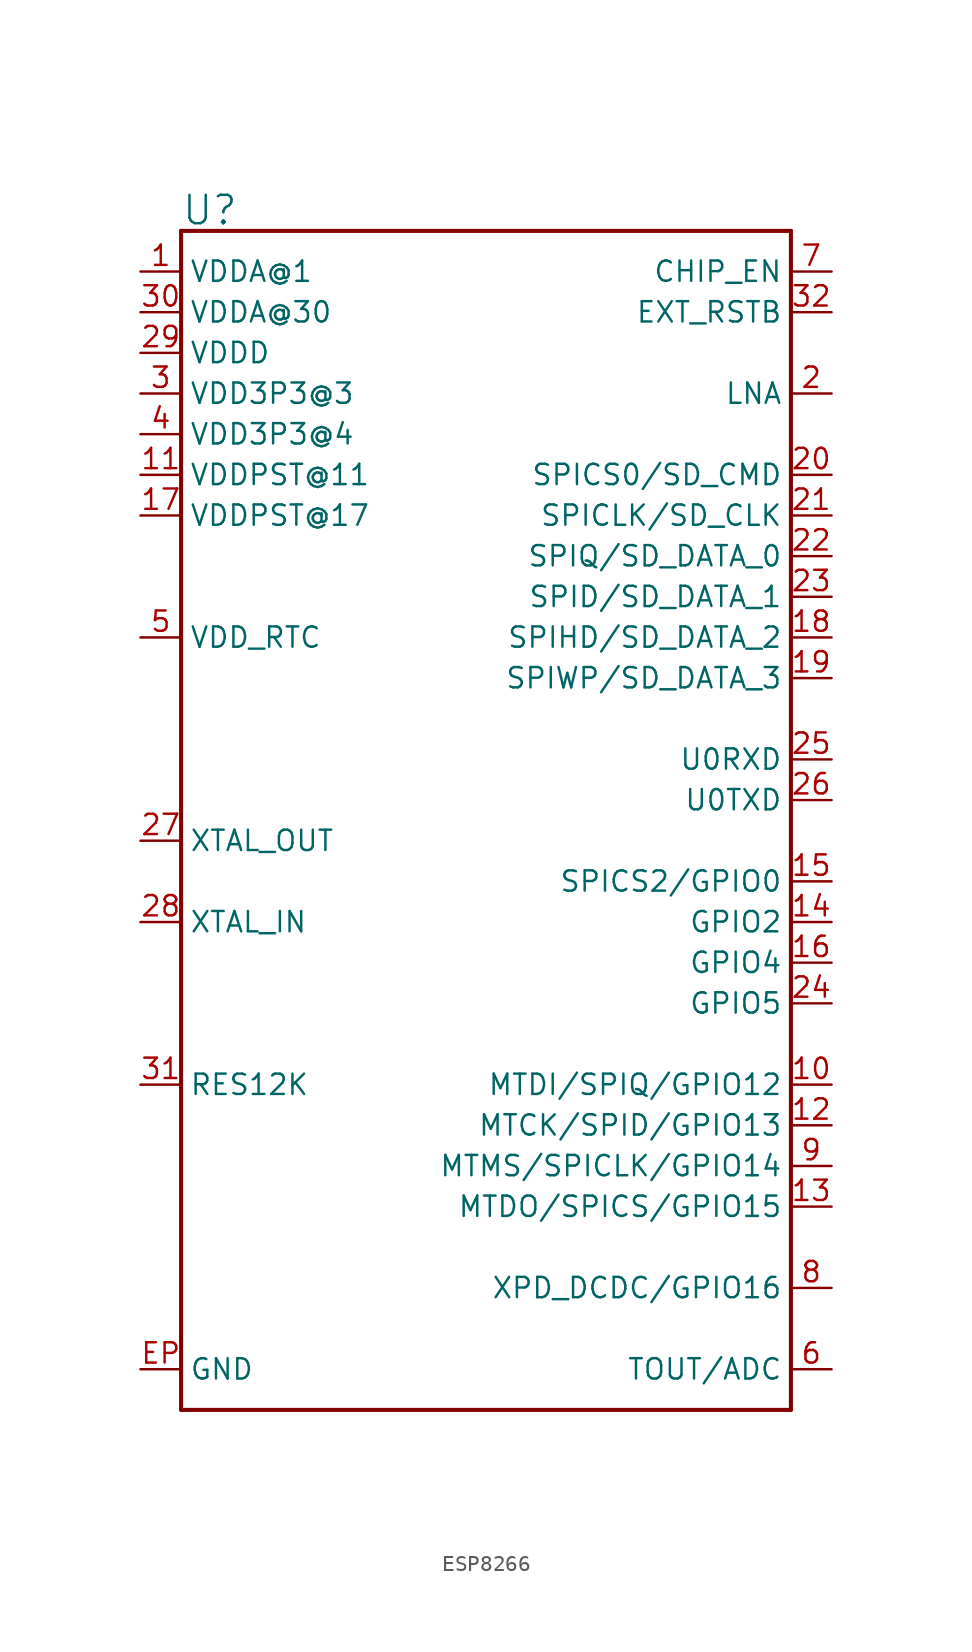
<source format=kicad_sym>
(kicad_symbol_lib
  (version 20231120)
  (generator "kicad_symbol_editor")
  (generator_version "8.0")
  (symbol "ESP8266"
    (property "Reference" "U"
      (at -20.32 38.354 0)
      (effects (font (size 1.778 1.778)) (justify left bottom)))
    (property "Value" ""
      (at -20.32 -35.814 0)
      (effects (font (size 1.778 1.778)) (justify left top)))
    (property "ki_locked" ""
      (at 0 0 0)
      (effects (font (size 1.27 1.27))))
    (symbol "ESP8266_1_0"
      (polyline (pts (xy -20.32 -35.56) (xy -20.32 38.1)) (stroke (width 0.254) (type solid)) (fill (type none)))
      (polyline (pts (xy -20.32 38.1) (xy 17.78 38.1)) (stroke (width 0.254) (type solid)) (fill (type none)))
      (polyline (pts (xy 17.78 -35.56) (xy -20.32 -35.56)) (stroke (width 0.254) (type solid)) (fill (type none)))
      (polyline (pts (xy 17.78 38.1) (xy 17.78 -35.56)) (stroke (width 0.254) (type solid)) (fill (type none)))
      (pin bidirectional line (at -22.86 35.56 0) (length 2.54) (name "VDDA@1" (effects (font (size 1.27 1.27)))) (number "1" (effects (font (size 1.27 1.27)))))
      (pin bidirectional line (at 20.32 -15.24 180) (length 2.54) (name "MTDI/SPIQ/GPIO12" (effects (font (size 1.27 1.27)))) (number "10" (effects (font (size 1.27 1.27)))))
      (pin bidirectional line (at -22.86 22.86 0) (length 2.54) (name "VDDPST@11" (effects (font (size 1.27 1.27)))) (number "11" (effects (font (size 1.27 1.27)))))
      (pin bidirectional line (at 20.32 -17.78 180) (length 2.54) (name "MTCK/SPID/GPIO13" (effects (font (size 1.27 1.27)))) (number "12" (effects (font (size 1.27 1.27)))))
      (pin bidirectional line (at 20.32 -22.86 180) (length 2.54) (name "MTDO/SPICS/GPIO15" (effects (font (size 1.27 1.27)))) (number "13" (effects (font (size 1.27 1.27)))))
      (pin bidirectional line (at 20.32 -5.08 180) (length 2.54) (name "GPIO2" (effects (font (size 1.27 1.27)))) (number "14" (effects (font (size 1.27 1.27)))))
      (pin bidirectional line (at 20.32 -2.54 180) (length 2.54) (name "SPICS2/GPIO0" (effects (font (size 1.27 1.27)))) (number "15" (effects (font (size 1.27 1.27)))))
      (pin bidirectional line (at 20.32 -7.62 180) (length 2.54) (name "GPIO4" (effects (font (size 1.27 1.27)))) (number "16" (effects (font (size 1.27 1.27)))))
      (pin bidirectional line (at -22.86 20.32 0) (length 2.54) (name "VDDPST@17" (effects (font (size 1.27 1.27)))) (number "17" (effects (font (size 1.27 1.27)))))
      (pin bidirectional line (at 20.32 12.7 180) (length 2.54) (name "SPIHD/SD_DATA_2" (effects (font (size 1.27 1.27)))) (number "18" (effects (font (size 1.27 1.27)))))
      (pin bidirectional line (at 20.32 10.16 180) (length 2.54) (name "SPIWP/SD_DATA_3" (effects (font (size 1.27 1.27)))) (number "19" (effects (font (size 1.27 1.27)))))
      (pin bidirectional line (at 20.32 27.94 180) (length 2.54) (name "LNA" (effects (font (size 1.27 1.27)))) (number "2" (effects (font (size 1.27 1.27)))))
      (pin bidirectional line (at 20.32 22.86 180) (length 2.54) (name "SPICS0/SD_CMD" (effects (font (size 1.27 1.27)))) (number "20" (effects (font (size 1.27 1.27)))))
      (pin bidirectional line (at 20.32 20.32 180) (length 2.54) (name "SPICLK/SD_CLK" (effects (font (size 1.27 1.27)))) (number "21" (effects (font (size 1.27 1.27)))))
      (pin bidirectional line (at 20.32 17.78 180) (length 2.54) (name "SPIQ/SD_DATA_0" (effects (font (size 1.27 1.27)))) (number "22" (effects (font (size 1.27 1.27)))))
      (pin bidirectional line (at 20.32 15.24 180) (length 2.54) (name "SPID/SD_DATA_1" (effects (font (size 1.27 1.27)))) (number "23" (effects (font (size 1.27 1.27)))))
      (pin bidirectional line (at 20.32 -10.16 180) (length 2.54) (name "GPIO5" (effects (font (size 1.27 1.27)))) (number "24" (effects (font (size 1.27 1.27)))))
      (pin bidirectional line (at 20.32 5.08 180) (length 2.54) (name "U0RXD" (effects (font (size 1.27 1.27)))) (number "25" (effects (font (size 1.27 1.27)))))
      (pin bidirectional line (at 20.32 2.54 180) (length 2.54) (name "U0TXD" (effects (font (size 1.27 1.27)))) (number "26" (effects (font (size 1.27 1.27)))))
      (pin bidirectional line (at -22.86 0 0) (length 2.54) (name "XTAL_OUT" (effects (font (size 1.27 1.27)))) (number "27" (effects (font (size 1.27 1.27)))))
      (pin bidirectional line (at -22.86 -5.08 0) (length 2.54) (name "XTAL_IN" (effects (font (size 1.27 1.27)))) (number "28" (effects (font (size 1.27 1.27)))))
      (pin bidirectional line (at -22.86 30.48 0) (length 2.54) (name "VDDD" (effects (font (size 1.27 1.27)))) (number "29" (effects (font (size 1.27 1.27)))))
      (pin bidirectional line (at -22.86 27.94 0) (length 2.54) (name "VDD3P3@3" (effects (font (size 1.27 1.27)))) (number "3" (effects (font (size 1.27 1.27)))))
      (pin bidirectional line (at -22.86 33.02 0) (length 2.54) (name "VDDA@30" (effects (font (size 1.27 1.27)))) (number "30" (effects (font (size 1.27 1.27)))))
      (pin bidirectional line (at -22.86 -15.24 0) (length 2.54) (name "RES12K" (effects (font (size 1.27 1.27)))) (number "31" (effects (font (size 1.27 1.27)))))
      (pin bidirectional line (at 20.32 33.02 180) (length 2.54) (name "EXT_RSTB" (effects (font (size 1.27 1.27)))) (number "32" (effects (font (size 1.27 1.27)))))
      (pin bidirectional line (at -22.86 25.4 0) (length 2.54) (name "VDD3P3@4" (effects (font (size 1.27 1.27)))) (number "4" (effects (font (size 1.27 1.27)))))
      (pin bidirectional line (at -22.86 12.7 0) (length 2.54) (name "VDD_RTC" (effects (font (size 1.27 1.27)))) (number "5" (effects (font (size 1.27 1.27)))))
      (pin bidirectional line (at 20.32 -33.02 180) (length 2.54) (name "TOUT/ADC" (effects (font (size 1.27 1.27)))) (number "6" (effects (font (size 1.27 1.27)))))
      (pin bidirectional line (at 20.32 35.56 180) (length 2.54) (name "CHIP_EN" (effects (font (size 1.27 1.27)))) (number "7" (effects (font (size 1.27 1.27)))))
      (pin bidirectional line (at 20.32 -27.94 180) (length 2.54) (name "XPD_DCDC/GPIO16" (effects (font (size 1.27 1.27)))) (number "8" (effects (font (size 1.27 1.27)))))
      (pin bidirectional line (at 20.32 -20.32 180) (length 2.54) (name "MTMS/SPICLK/GPIO14" (effects (font (size 1.27 1.27)))) (number "9" (effects (font (size 1.27 1.27)))))
      (pin bidirectional line (at -22.86 -33.02 0) (length 2.54) (name "GND" (effects (font (size 1.27 1.27)))) (number "EP" (effects (font (size 1.27 1.27))))))))
</source>
